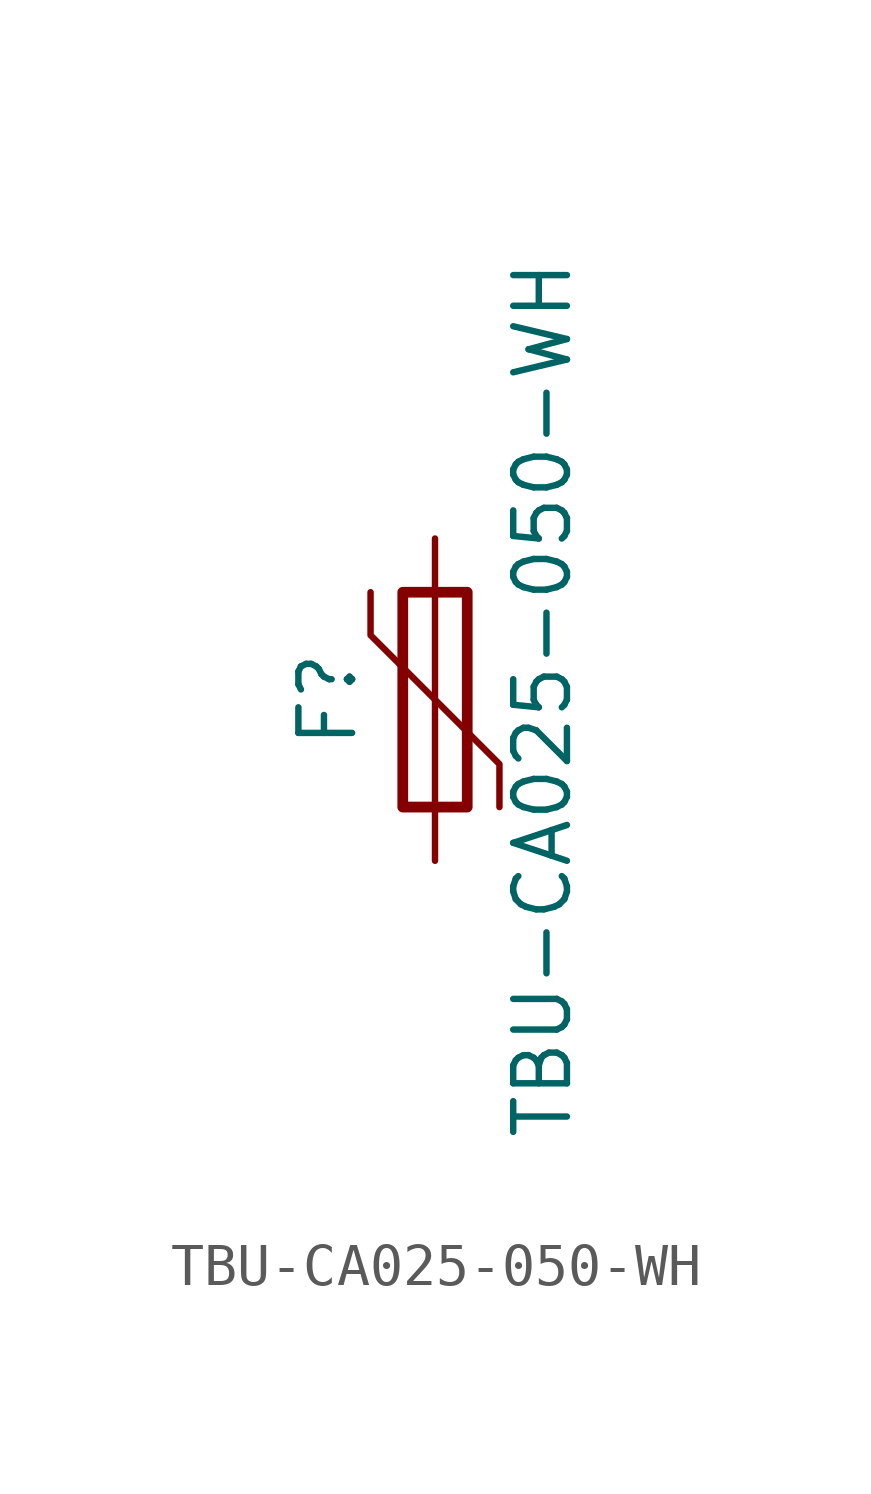
<source format=kicad_sym>
(kicad_symbol_lib
  (version 20241209)
  (generator "kicad_symbol_editor")
  (generator_version "9.0")
  (symbol "TBU-CA025-050-WH"
    (pin_numbers
      (hide yes))
    (pin_names
      (offset 0))
    (property "Reference" "F"
      (at -2.54 0 90)
      (effects (font (size 1.27 1.27))))
    (property "Value" "TBU-CA025-050-WH"
      (at 2.54 0 90)
      (effects (font (size 1.27 1.27))))
    (symbol "TBU-CA025-050-WH_0_1"
      (polyline (pts (xy -1.524 2.54) (xy -1.524 1.524) (xy 1.524 -1.524) (xy 1.524 -2.54)) (stroke (width 0) (type default)) (fill (type none)))
      (rectangle (start -0.762 2.54) (end 0.762 -2.54) (stroke (width 0.254) (type default)) (fill (type none)))
      (polyline (pts (xy 0 2.54) (xy 0 -2.54)) (stroke (width 0) (type default)) (fill (type none))))
    (symbol "TBU-CA025-050-WH_1_1"
      (pin no_connect line (at -1.27 2.54 270) (length 1.27) (hide yes) (name "2" (effects (font (size 1.27 1.27)))) (number "2" (effects (font (size 1.27 1.27)))))
      (pin passive line (at 0 3.81 270) (length 1.27) (name "~" (effects (font (size 1.27 1.27)))) (number "1" (effects (font (size 1.27 1.27)))))
      (pin passive line (at 0 -3.81 90) (length 1.27) (name "~" (effects (font (size 1.27 1.27)))) (number "3" (effects (font (size 1.27 1.27))))))))
</source>
